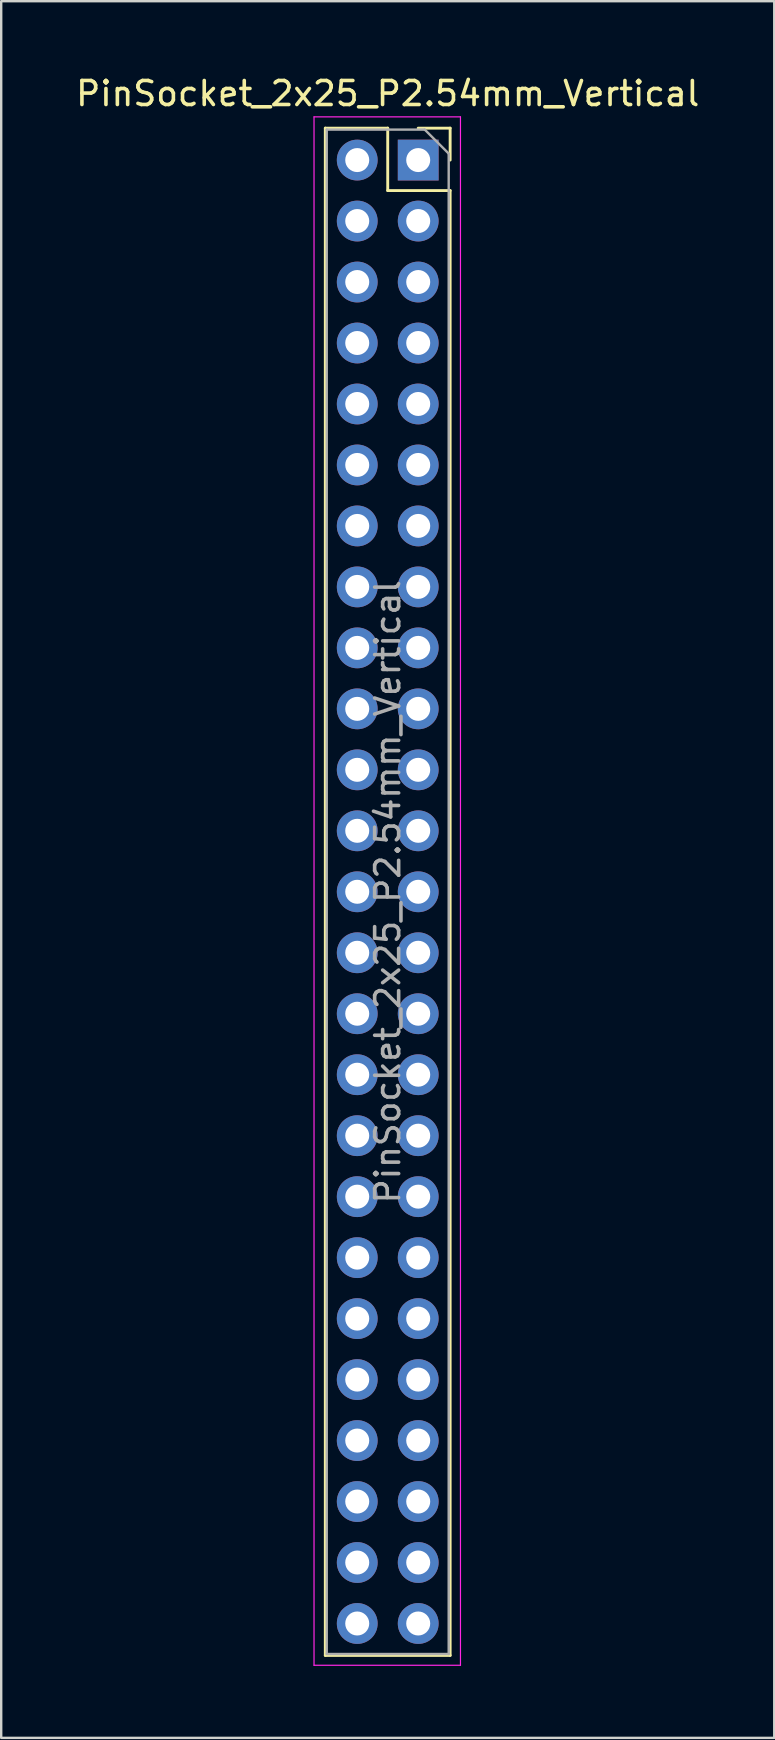
<source format=kicad_pcb>
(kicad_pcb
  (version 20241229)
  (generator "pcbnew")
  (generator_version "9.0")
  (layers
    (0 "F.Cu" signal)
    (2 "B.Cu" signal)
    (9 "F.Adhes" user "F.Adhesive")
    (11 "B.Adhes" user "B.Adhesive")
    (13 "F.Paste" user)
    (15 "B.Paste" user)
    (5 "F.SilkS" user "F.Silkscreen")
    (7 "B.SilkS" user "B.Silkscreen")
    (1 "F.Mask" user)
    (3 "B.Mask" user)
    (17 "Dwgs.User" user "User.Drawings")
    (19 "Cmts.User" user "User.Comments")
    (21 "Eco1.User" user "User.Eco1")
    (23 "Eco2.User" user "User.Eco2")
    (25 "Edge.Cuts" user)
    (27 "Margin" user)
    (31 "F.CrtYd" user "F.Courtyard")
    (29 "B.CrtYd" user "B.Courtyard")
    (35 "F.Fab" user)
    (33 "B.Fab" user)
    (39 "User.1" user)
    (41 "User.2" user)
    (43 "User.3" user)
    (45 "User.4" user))
  (footprint "PinSocket_2x25_P2.54mm_Vertical"
    (layer "F.Cu")
    (at 14.371 3.618)
    (property "Reference" "PinSocket_2x25_P2.54mm_Vertical" (at -1.27 -2.77 0) (layer "F.SilkS") (effects (font (size 1 1) (thickness 0.15))))
    (attr through_hole)
    (fp_line (start -3.87 -1.33) (end -3.87 62.29) (stroke (width 0.12) (type solid)) (layer "F.SilkS"))
    (fp_line (start -3.87 -1.33) (end -1.27 -1.33) (stroke (width 0.12) (type solid)) (layer "F.SilkS"))
    (fp_line (start -3.87 62.29) (end 1.33 62.29) (stroke (width 0.12) (type solid)) (layer "F.SilkS"))
    (fp_line (start -1.27 -1.33) (end -1.27 1.27) (stroke (width 0.12) (type solid)) (layer "F.SilkS"))
    (fp_line (start -1.27 1.27) (end 1.33 1.27) (stroke (width 0.12) (type solid)) (layer "F.SilkS"))
    (fp_line (start 0 -1.33) (end 1.33 -1.33) (stroke (width 0.12) (type solid)) (layer "F.SilkS"))
    (fp_line (start 1.33 -1.33) (end 1.33 0) (stroke (width 0.12) (type solid)) (layer "F.SilkS"))
    (fp_line (start 1.33 1.27) (end 1.33 62.29) (stroke (width 0.12) (type solid)) (layer "F.SilkS"))
    (fp_line (start -4.34 -1.8) (end 1.76 -1.8) (stroke (width 0.05) (type solid)) (layer "F.CrtYd"))
    (fp_line (start -4.34 62.7) (end -4.34 -1.8) (stroke (width 0.05) (type solid)) (layer "F.CrtYd"))
    (fp_line (start 1.76 -1.8) (end 1.76 62.7) (stroke (width 0.05) (type solid)) (layer "F.CrtYd"))
    (fp_line (start 1.76 62.7) (end -4.34 62.7) (stroke (width 0.05) (type solid)) (layer "F.CrtYd"))
    (fp_line (start -3.81 -1.27) (end 0.27 -1.27) (stroke (width 0.1) (type solid)) (layer "F.Fab"))
    (fp_line (start -3.81 62.23) (end -3.81 -1.27) (stroke (width 0.1) (type solid)) (layer "F.Fab"))
    (fp_line (start 0.27 -1.27) (end 1.27 -0.27) (stroke (width 0.1) (type solid)) (layer "F.Fab"))
    (fp_line (start 1.27 -0.27) (end 1.27 62.23) (stroke (width 0.1) (type solid)) (layer "F.Fab"))
    (fp_line (start 1.27 62.23) (end -3.81 62.23) (stroke (width 0.1) (type solid)) (layer "F.Fab"))
    (fp_text user "${REFERENCE}" (at -1.27 30.48 90) (layer "F.Fab") (effects (font (size 1 1) (thickness 0.15))))
    (pad "1" thru_hole rect (at 0 0) (size 1.7 1.7) (drill 1) (layers "*.Cu" "*.Mask"))
    (pad "2" thru_hole oval (at -2.54 0) (size 1.7 1.7) (drill 1) (layers "*.Cu" "*.Mask"))
    (pad "3" thru_hole oval (at 0 2.54) (size 1.7 1.7) (drill 1) (layers "*.Cu" "*.Mask"))
    (pad "4" thru_hole oval (at -2.54 2.54) (size 1.7 1.7) (drill 1) (layers "*.Cu" "*.Mask"))
    (pad "5" thru_hole oval (at 0 5.08) (size 1.7 1.7) (drill 1) (layers "*.Cu" "*.Mask"))
    (pad "6" thru_hole oval (at -2.54 5.08) (size 1.7 1.7) (drill 1) (layers "*.Cu" "*.Mask"))
    (pad "7" thru_hole oval (at 0 7.62) (size 1.7 1.7) (drill 1) (layers "*.Cu" "*.Mask"))
    (pad "8" thru_hole oval (at -2.54 7.62) (size 1.7 1.7) (drill 1) (layers "*.Cu" "*.Mask"))
    (pad "9" thru_hole oval (at 0 10.16) (size 1.7 1.7) (drill 1) (layers "*.Cu" "*.Mask"))
    (pad "10" thru_hole oval (at -2.54 10.16) (size 1.7 1.7) (drill 1) (layers "*.Cu" "*.Mask"))
    (pad "11" thru_hole oval (at 0 12.7) (size 1.7 1.7) (drill 1) (layers "*.Cu" "*.Mask"))
    (pad "12" thru_hole oval (at -2.54 12.7) (size 1.7 1.7) (drill 1) (layers "*.Cu" "*.Mask"))
    (pad "13" thru_hole oval (at 0 15.24) (size 1.7 1.7) (drill 1) (layers "*.Cu" "*.Mask"))
    (pad "14" thru_hole oval (at -2.54 15.24) (size 1.7 1.7) (drill 1) (layers "*.Cu" "*.Mask"))
    (pad "15" thru_hole oval (at 0 17.78) (size 1.7 1.7) (drill 1) (layers "*.Cu" "*.Mask"))
    (pad "16" thru_hole oval (at -2.54 17.78) (size 1.7 1.7) (drill 1) (layers "*.Cu" "*.Mask"))
    (pad "17" thru_hole oval (at 0 20.32) (size 1.7 1.7) (drill 1) (layers "*.Cu" "*.Mask"))
    (pad "18" thru_hole oval (at -2.54 20.32) (size 1.7 1.7) (drill 1) (layers "*.Cu" "*.Mask"))
    (pad "19" thru_hole oval (at 0 22.86) (size 1.7 1.7) (drill 1) (layers "*.Cu" "*.Mask"))
    (pad "20" thru_hole oval (at -2.54 22.86) (size 1.7 1.7) (drill 1) (layers "*.Cu" "*.Mask"))
    (pad "21" thru_hole oval (at 0 25.4) (size 1.7 1.7) (drill 1) (layers "*.Cu" "*.Mask"))
    (pad "22" thru_hole oval (at -2.54 25.4) (size 1.7 1.7) (drill 1) (layers "*.Cu" "*.Mask"))
    (pad "23" thru_hole oval (at 0 27.94) (size 1.7 1.7) (drill 1) (layers "*.Cu" "*.Mask"))
    (pad "24" thru_hole oval (at -2.54 27.94) (size 1.7 1.7) (drill 1) (layers "*.Cu" "*.Mask"))
    (pad "25" thru_hole oval (at 0 30.48) (size 1.7 1.7) (drill 1) (layers "*.Cu" "*.Mask"))
    (pad "26" thru_hole oval (at -2.54 30.48) (size 1.7 1.7) (drill 1) (layers "*.Cu" "*.Mask"))
    (pad "27" thru_hole oval (at 0 33.02) (size 1.7 1.7) (drill 1) (layers "*.Cu" "*.Mask"))
    (pad "28" thru_hole oval (at -2.54 33.02) (size 1.7 1.7) (drill 1) (layers "*.Cu" "*.Mask"))
    (pad "29" thru_hole oval (at 0 35.56) (size 1.7 1.7) (drill 1) (layers "*.Cu" "*.Mask"))
    (pad "30" thru_hole oval (at -2.54 35.56) (size 1.7 1.7) (drill 1) (layers "*.Cu" "*.Mask"))
    (pad "31" thru_hole oval (at 0 38.1) (size 1.7 1.7) (drill 1) (layers "*.Cu" "*.Mask"))
    (pad "32" thru_hole oval (at -2.54 38.1) (size 1.7 1.7) (drill 1) (layers "*.Cu" "*.Mask"))
    (pad "33" thru_hole oval (at 0 40.64) (size 1.7 1.7) (drill 1) (layers "*.Cu" "*.Mask"))
    (pad "34" thru_hole oval (at -2.54 40.64) (size 1.7 1.7) (drill 1) (layers "*.Cu" "*.Mask"))
    (pad "35" thru_hole oval (at 0 43.18) (size 1.7 1.7) (drill 1) (layers "*.Cu" "*.Mask"))
    (pad "36" thru_hole oval (at -2.54 43.18) (size 1.7 1.7) (drill 1) (layers "*.Cu" "*.Mask"))
    (pad "37" thru_hole oval (at 0 45.72) (size 1.7 1.7) (drill 1) (layers "*.Cu" "*.Mask"))
    (pad "38" thru_hole oval (at -2.54 45.72) (size 1.7 1.7) (drill 1) (layers "*.Cu" "*.Mask"))
    (pad "39" thru_hole oval (at 0 48.26) (size 1.7 1.7) (drill 1) (layers "*.Cu" "*.Mask"))
    (pad "40" thru_hole oval (at -2.54 48.26) (size 1.7 1.7) (drill 1) (layers "*.Cu" "*.Mask"))
    (pad "41" thru_hole oval (at 0 50.8) (size 1.7 1.7) (drill 1) (layers "*.Cu" "*.Mask"))
    (pad "42" thru_hole oval (at -2.54 50.8) (size 1.7 1.7) (drill 1) (layers "*.Cu" "*.Mask"))
    (pad "43" thru_hole oval (at 0 53.34) (size 1.7 1.7) (drill 1) (layers "*.Cu" "*.Mask"))
    (pad "44" thru_hole oval (at -2.54 53.34) (size 1.7 1.7) (drill 1) (layers "*.Cu" "*.Mask"))
    (pad "45" thru_hole oval (at 0 55.88) (size 1.7 1.7) (drill 1) (layers "*.Cu" "*.Mask"))
    (pad "46" thru_hole oval (at -2.54 55.88) (size 1.7 1.7) (drill 1) (layers "*.Cu" "*.Mask"))
    (pad "47" thru_hole oval (at 0 58.42) (size 1.7 1.7) (drill 1) (layers "*.Cu" "*.Mask"))
    (pad "48" thru_hole oval (at -2.54 58.42) (size 1.7 1.7) (drill 1) (layers "*.Cu" "*.Mask"))
    (pad "49" thru_hole oval (at 0 60.96) (size 1.7 1.7) (drill 1) (layers "*.Cu" "*.Mask"))
    (pad "50" thru_hole oval (at -2.54 60.96) (size 1.7 1.7) (drill 1) (layers "*.Cu" "*.Mask")))
  (gr_rect
    (start -3 -3)
    (end 29.202 69.343)
    (stroke (width 0.1) (type default))
    (fill no)
    (layer "Edge.Cuts")))
</source>
